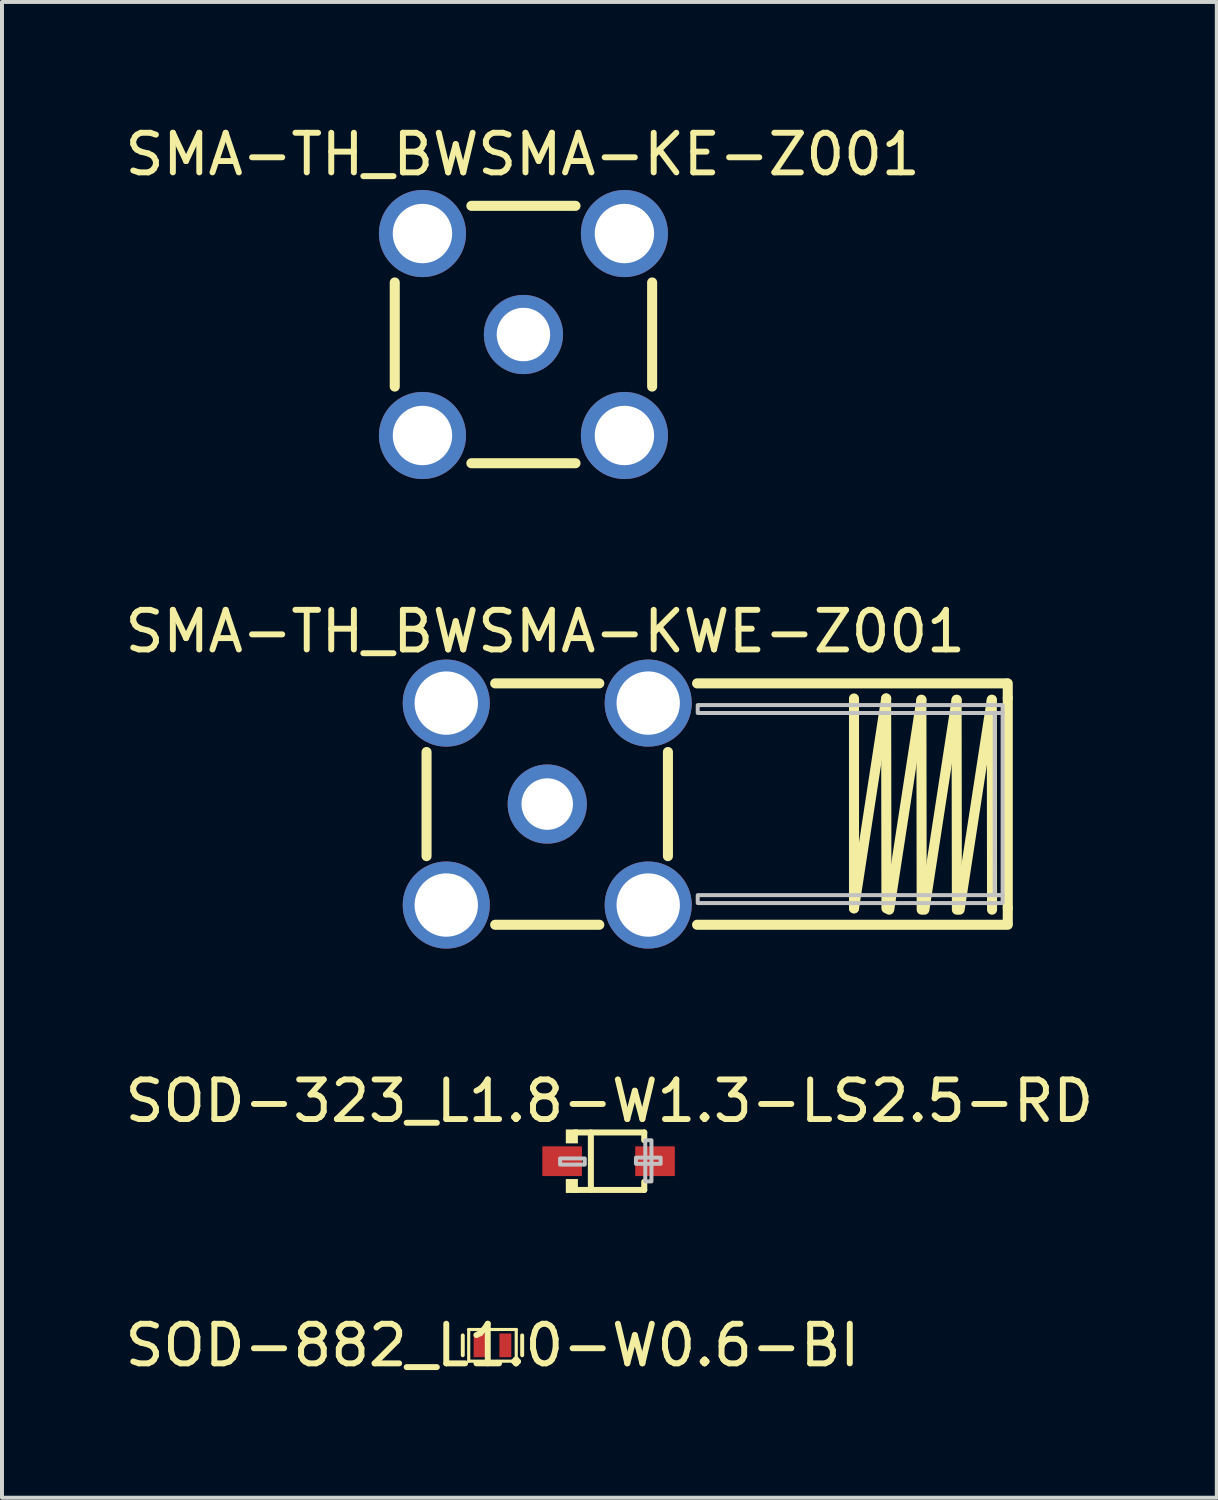
<source format=kicad_pcb>
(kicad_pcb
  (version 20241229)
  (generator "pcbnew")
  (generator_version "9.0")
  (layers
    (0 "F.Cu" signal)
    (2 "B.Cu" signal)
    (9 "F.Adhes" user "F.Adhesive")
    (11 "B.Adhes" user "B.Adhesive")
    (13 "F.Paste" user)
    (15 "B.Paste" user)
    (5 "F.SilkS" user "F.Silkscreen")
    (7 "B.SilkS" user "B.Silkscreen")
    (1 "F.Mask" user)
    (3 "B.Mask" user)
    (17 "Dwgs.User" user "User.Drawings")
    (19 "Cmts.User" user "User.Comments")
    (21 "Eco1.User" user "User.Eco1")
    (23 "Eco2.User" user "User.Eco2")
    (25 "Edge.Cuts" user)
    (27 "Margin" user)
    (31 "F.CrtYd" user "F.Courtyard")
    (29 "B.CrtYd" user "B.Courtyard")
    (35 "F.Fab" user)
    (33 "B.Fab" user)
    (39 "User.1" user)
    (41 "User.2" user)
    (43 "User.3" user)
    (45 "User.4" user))
  (footprint "SOD-882_L1.0-W0.6-BI"
    (layer "F.Cu")
    (at 9.387 30.925)
    (property "Reference" "SOD-882_L1.0-W0.6-BI" (at 0 0 0) (layer "F.SilkS") (effects (font (size 1 1) (thickness 0.15))))
    (fp_line (start -0.75 0.25) (end -0.75 -0.25) (stroke (width 0.1) (type default)) (layer "F.SilkS"))
    (fp_line (start -0.6 -0.4) (end 0.6 -0.4) (stroke (width 0.08) (type default)) (layer "F.SilkS"))
    (fp_line (start -0.6 0.4) (end -0.6 -0.4) (stroke (width 0.08) (type default)) (layer "F.SilkS"))
    (fp_line (start 0.6 -0.4) (end 0.6 0.4) (stroke (width 0.08) (type default)) (layer "F.SilkS"))
    (fp_line (start 0.6 0.4) (end -0.6 0.4) (stroke (width 0.08) (type default)) (layer "F.SilkS"))
    (fp_line (start 0.75 -0.25) (end 0.75 0.25) (stroke (width 0.1) (type default)) (layer "F.SilkS"))
    (fp_poly (pts (xy -0.45 -0.25) (xy -0.2 -0.25) (xy -0.2 0.25) (xy -0.45 0.25)) (stroke (width 0.1) (type default)) (fill no) (layer "User.1"))
    (fp_poly (pts (xy 0.2 -0.25) (xy 0.45 -0.25) (xy 0.45 0.25) (xy 0.2 0.25)) (stroke (width 0.1) (type default)) (fill no) (layer "User.1"))
    (fp_line (start -0.5 -0.3) (end 0.5 -0.3) (stroke (width 0.051) (type default)) (layer "User.2"))
    (fp_line (start -0.5 0.3) (end -0.5 -0.3) (stroke (width 0.051) (type default)) (layer "User.2"))
    (fp_line (start 0.5 -0.3) (end 0.5 0.3) (stroke (width 0.051) (type default)) (layer "User.2"))
    (fp_line (start 0.5 0.3) (end -0.5 0.3) (stroke (width 0.051) (type default)) (layer "User.2"))
    (fp_poly (pts (xy -0.44 0.3) (xy -0.458 0.258) (xy -0.5 0.24) (xy -0.542 0.258) (xy -0.56 0.3) (xy -0.542 0.342) (xy -0.5 0.36) (xy -0.458 0.342)) (stroke (width 0.1) (type default)) (fill no) (layer "User.3"))
    (pad "1" smd rect (at -0.325 0) (size 0.3 0.6) (layers "F.Cu" "F.Mask" "F.Paste"))
    (pad "2" smd rect (at 0.325 0) (size 0.3 0.6) (layers "F.Cu" "F.Mask" "F.Paste")))
  (footprint "SMA-TH_BWSMA-KWE-Z001"
    (layer "F.Cu")
    (at 10.77 17.256)
    (property "Reference" "SMA-TH_BWSMA-KWE-Z001" (at -0.05 -4.36 0) (layer "F.SilkS") (effects (font (size 1 1) (thickness 0.15))))
    (fp_line (start -3.048 -1.315) (end -3.048 1.315) (stroke (width 0.254) (type default)) (layer "F.SilkS"))
    (fp_line (start -1.315 3.048) (end 1.315 3.048) (stroke (width 0.254) (type default)) (layer "F.SilkS"))
    (fp_line (start 1.315 -3.048) (end -1.315 -3.048) (stroke (width 0.254) (type default)) (layer "F.SilkS"))
    (fp_line (start 3.048 1.315) (end 3.048 -1.315) (stroke (width 0.254) (type default)) (layer "F.SilkS"))
    (fp_line (start 3.784 -3.048) (end 11.6 -3.048) (stroke (width 0.254) (type default)) (layer "F.SilkS"))
    (fp_line (start 3.784 3.048) (end 11.63 3.048) (stroke (width 0.254) (type default)) (layer "F.SilkS"))
    (fp_line (start 7.747 -2.667) (end 7.747 2.633) (stroke (width 0.254) (type default)) (layer "F.SilkS"))
    (fp_line (start 7.747 2.633) (end 8.559 -2.667) (stroke (width 0.254) (type default)) (layer "F.SilkS"))
    (fp_line (start 8.559 -2.667) (end 8.566 2.633) (stroke (width 0.254) (type default)) (layer "F.SilkS"))
    (fp_line (start 8.636 2.667) (end 9.449 -2.633) (stroke (width 0.254) (type default)) (layer "F.SilkS"))
    (fp_line (start 9.449 -2.633) (end 9.456 2.667) (stroke (width 0.254) (type default)) (layer "F.SilkS"))
    (fp_line (start 9.525 2.667) (end 10.338 -2.633) (stroke (width 0.254) (type default)) (layer "F.SilkS"))
    (fp_line (start 10.338 -2.633) (end 10.345 2.667) (stroke (width 0.254) (type default)) (layer "F.SilkS"))
    (fp_line (start 10.414 2.667) (end 11.227 -2.633) (stroke (width 0.254) (type default)) (layer "F.SilkS"))
    (fp_line (start 11.227 -2.633) (end 11.233 2.667) (stroke (width 0.254) (type default)) (layer "F.SilkS"))
    (fp_line (start 11.63 -2.68) (end 11.63 -3.048) (stroke (width 0.254) (type default)) (layer "F.SilkS"))
    (fp_line (start 11.63 -2.68) (end 11.63 2.62) (stroke (width 0.254) (type default)) (layer "F.SilkS"))
    (fp_line (start 11.63 2.62) (end 11.63 3) (stroke (width 0.254) (type default)) (layer "F.SilkS"))
    (fp_poly (pts (xy 3.8 -2.5) (xy 11.5 -2.5) (xy 11.5 -2.3) (xy 3.8 -2.3)) (stroke (width 0.1) (type default)) (fill no) (layer "Dwgs.User"))
    (fp_poly (pts (xy 3.8 2.5) (xy 11.5 2.5) (xy 11.5 2.3) (xy 3.8 2.3)) (stroke (width 0.1) (type default)) (fill no) (layer "Dwgs.User"))
    (fp_poly (pts (xy 11.5 -2.3) (xy 11.5 2.3) (xy 11.3 2.3) (xy 11.3 -2.3)) (stroke (width 0.1) (type default)) (fill no) (layer "Dwgs.User"))
    (fp_poly (pts (xy -3 -3) (xy -2.1 -3) (xy -2.1 -2.1) (xy -3 -2.1)) (stroke (width 0.1) (type default)) (fill no) (layer "User.1"))
    (fp_poly (pts (xy -3 2.1) (xy -2.1 2.1) (xy -2.1 3) (xy -3 3)) (stroke (width 0.1) (type default)) (fill no) (layer "User.1"))
    (fp_poly (pts (xy 2.1 -3) (xy 3 -3) (xy 3 -2.1) (xy 2.1 -2.1)) (stroke (width 0.1) (type default)) (fill no) (layer "User.1"))
    (fp_poly (pts (xy 2.1 2.1) (xy 3 2.1) (xy 3 3) (xy 2.1 3)) (stroke (width 0.1) (type default)) (fill no) (layer "User.1"))
    (fp_poly (pts (xy 0.45 0) (xy 0.432 -0.127) (xy 0.379 -0.243) (xy 0.295 -0.34) (xy 0.187 -0.409) (xy 0.064 -0.445) (xy -0.064 -0.445) (xy -0.187 -0.409) (xy -0.295 -0.34) (xy -0.379 -0.243) (xy -0.432 -0.127) (xy -0.45 0) (xy -0.432 0.127) (xy -0.379 0.243) (xy -0.295 0.34) (xy -0.187 0.409) (xy -0.064 0.445) (xy 0.064 0.445) (xy 0.187 0.409) (xy 0.295 0.34) (xy 0.379 0.243) (xy 0.432 0.127)) (stroke (width 0.1) (type default)) (fill no) (layer "User.1"))
    (fp_line (start -2.941 2.538) (end -2.932 -2.995) (stroke (width 0.051) (type default)) (layer "User.2"))
    (fp_line (start -2.941 3.017) (end -2.941 2.538) (stroke (width 0.051) (type default)) (layer "User.2"))
    (fp_line (start -2.932 -2.995) (end 11.591 -2.995) (stroke (width 0.051) (type default)) (layer "User.2"))
    (fp_line (start 11.591 -2.995) (end 11.591 3.017) (stroke (width 0.051) (type default)) (layer "User.2"))
    (fp_line (start 11.591 3.017) (end -2.941 3.017) (stroke (width 0.051) (type default)) (layer "User.2"))
    (fp_poly (pts (xy -2.94 3.017) (xy -2.958 2.975) (xy -3 2.957) (xy -3.042 2.975) (xy -3.06 3.017) (xy -3.042 3.059) (xy -3 3.077) (xy -2.958 3.059)) (stroke (width 0.1) (type default)) (fill no) (layer "User.3"))
    (pad "1" thru_hole circle (at -2.55 2.55) (size 2.2 2.2) (drill 1.6) (layers "*.Cu" "*.Mask"))
    (pad "2" thru_hole circle (at -2.55 -2.55) (size 2.2 2.2) (drill 1.6) (layers "*.Cu" "*.Mask"))
    (pad "3" thru_hole circle (at 2.55 -2.55) (size 2.2 2.2) (drill 1.6) (layers "*.Cu" "*.Mask"))
    (pad "4" thru_hole circle (at 2.55 2.55) (size 2.2 2.2) (drill 1.6) (layers "*.Cu" "*.Mask"))
    (pad "5" thru_hole circle (at 0 0) (size 2 2) (drill 1.3) (layers "*.Cu" "*.Mask")))
  (footprint "SOD-323_L1.8-W1.3-LS2.5-RD"
    (layer "F.Cu")
    (at 12.319 26.275)
    (property "Reference" "SOD-323_L1.8-W1.3-LS2.5-RD" (at 0.02 -1.52 0) (layer "F.SilkS") (effects (font (size 1 1) (thickness 0.15))))
    (fp_line (start -0.851 -0.726) (end 0.901 -0.726) (stroke (width 0.152) (type default)) (layer "F.SilkS"))
    (fp_line (start -0.851 0.726) (end 0.901 0.726) (stroke (width 0.152) (type default)) (layer "F.SilkS"))
    (fp_line (start -0.447 -0.726) (end -0.447 0.726) (stroke (width 0.152) (type default)) (layer "F.SilkS"))
    (fp_line (start 0.901 -0.726) (end 0.901 -0.53) (stroke (width 0.152) (type default)) (layer "F.SilkS"))
    (fp_line (start 0.901 0.726) (end 0.901 0.52) (stroke (width 0.152) (type default)) (layer "F.SilkS"))
    (fp_poly (pts (xy -0.775 -0.802) (xy -0.775 -0.45) (xy -1.08 -0.45) (xy -1.08 -0.802)) (stroke (width 0) (type default)) (fill yes) (layer "F.SilkS"))
    (fp_poly (pts (xy -0.775 0.802) (xy -0.775 0.45) (xy -1.08 0.45) (xy -1.08 0.802)) (stroke (width 0) (type default)) (fill yes) (layer "F.SilkS"))
    (fp_poly (pts (xy -1.225 -0.07) (xy -1.225 0.086) (xy -0.601 0.086) (xy -0.601 -0.07)) (stroke (width 0.1) (type default)) (fill no) (layer "Dwgs.User"))
    (fp_poly (pts (xy 1.083 -0.53) (xy 1.083 0.51) (xy 0.927 0.51) (xy 0.927 -0.53)) (stroke (width 0.1) (type default)) (fill no) (layer "Dwgs.User"))
    (fp_poly (pts (xy 1.315 -0.09) (xy 1.315 0.066) (xy 0.691 0.066) (xy 0.691 -0.09)) (stroke (width 0.1) (type default)) (fill no) (layer "Dwgs.User"))
    (fp_poly (pts (xy -0.925 -0.16) (xy -0.925 0.16) (xy -1.225 0.16) (xy -1.225 -0.16)) (stroke (width 0.1) (type default)) (fill no) (layer "User.1"))
    (fp_poly (pts (xy -0.815 -0.16) (xy -0.815 0.16) (xy -0.935 0.16) (xy -0.935 -0.16)) (stroke (width 0.1) (type default)) (fill no) (layer "User.1"))
    (fp_poly (pts (xy 0.985 -0.16) (xy 0.985 0.16) (xy 0.865 0.16) (xy 0.865 -0.16)) (stroke (width 0.1) (type default)) (fill no) (layer "User.1"))
    (fp_poly (pts (xy 1.275 -0.16) (xy 1.275 0.16) (xy 0.975 0.16) (xy 0.975 -0.16)) (stroke (width 0.1) (type default)) (fill no) (layer "User.1"))
    (fp_line (start -0.825 -0.65) (end 0.875 -0.65) (stroke (width 0.051) (type default)) (layer "User.2"))
    (fp_line (start -0.825 0.65) (end -0.825 -0.65) (stroke (width 0.051) (type default)) (layer "User.2"))
    (fp_line (start 0.875 -0.65) (end 0.875 0.65) (stroke (width 0.051) (type default)) (layer "User.2"))
    (fp_line (start 0.875 0.65) (end -0.825 0.65) (stroke (width 0.051) (type default)) (layer "User.2"))
    (fp_poly (pts (xy -1.165 0.65) (xy -1.183 0.608) (xy -1.225 0.59) (xy -1.267 0.608) (xy -1.285 0.65) (xy -1.267 0.692) (xy -1.225 0.71) (xy -1.183 0.692)) (stroke (width 0.1) (type default)) (fill no) (layer "User.3"))
    (pad "1" smd rect (at -1.173 0) (size 1 0.75) (layers "F.Cu" "F.Mask" "F.Paste"))
    (pad "2" smd rect (at 1.173 0) (size 1 0.75) (layers "F.Cu" "F.Mask" "F.Paste")))
  (footprint "SMA-TH_BWSMA-KE-Z001"
    (layer "F.Cu")
    (at 10.169 5.398)
    (property "Reference" "SMA-TH_BWSMA-KE-Z001" (at -0.02 -4.55 0) (layer "F.SilkS") (effects (font (size 1 1) (thickness 0.15))))
    (fp_line (start -3.25 -1.315) (end -3.25 1.315) (stroke (width 0.254) (type default)) (layer "F.SilkS"))
    (fp_line (start -1.315 3.25) (end 1.315 3.25) (stroke (width 0.254) (type default)) (layer "F.SilkS"))
    (fp_line (start 1.315 -3.25) (end -1.315 -3.25) (stroke (width 0.254) (type default)) (layer "F.SilkS"))
    (fp_line (start 3.25 1.315) (end 3.25 -1.315) (stroke (width 0.254) (type default)) (layer "F.SilkS"))
    (fp_poly (pts (xy -3 -3) (xy -2.1 -3) (xy -2.1 -2.1) (xy -3 -2.1)) (stroke (width 0.1) (type default)) (fill no) (layer "User.1"))
    (fp_poly (pts (xy -3 2.1) (xy -2.1 2.1) (xy -2.1 3) (xy -3 3)) (stroke (width 0.1) (type default)) (fill no) (layer "User.1"))
    (fp_poly (pts (xy 2.1 -3) (xy 3 -3) (xy 3 -2.1) (xy 2.1 -2.1)) (stroke (width 0.1) (type default)) (fill no) (layer "User.1"))
    (fp_poly (pts (xy 2.1 2.1) (xy 3 2.1) (xy 3 3) (xy 2.1 3)) (stroke (width 0.1) (type default)) (fill no) (layer "User.1"))
    (fp_poly (pts (xy 0.425 0) (xy 0.404 -0.131) (xy 0.344 -0.25) (xy 0.25 -0.344) (xy 0.131 -0.404) (xy 0 -0.425) (xy -0.131 -0.404) (xy -0.25 -0.344) (xy -0.344 -0.25) (xy -0.404 -0.131) (xy -0.425 0) (xy -0.404 0.131) (xy -0.344 0.25) (xy -0.25 0.344) (xy -0.131 0.404) (xy 0 0.425) (xy 0.131 0.404) (xy 0.25 0.344) (xy 0.344 0.25) (xy 0.404 0.131)) (stroke (width 0.1) (type default)) (fill no) (layer "User.1"))
    (fp_line (start -3.25 -3.25) (end 3.25 -3.25) (stroke (width 0.051) (type default)) (layer "User.2"))
    (fp_line (start -3.25 3.25) (end -3.25 -3.25) (stroke (width 0.051) (type default)) (layer "User.2"))
    (fp_line (start 3.25 -3.25) (end 3.25 3.25) (stroke (width 0.051) (type default)) (layer "User.2"))
    (fp_line (start 3.25 3.25) (end -3.25 3.25) (stroke (width 0.051) (type default)) (layer "User.2"))
    (fp_poly (pts (xy -3.19 3.25) (xy -3.208 3.208) (xy -3.25 3.19) (xy -3.292 3.208) (xy -3.31 3.25) (xy -3.292 3.292) (xy -3.25 3.31) (xy -3.208 3.292)) (stroke (width 0.1) (type default)) (fill no) (layer "User.3"))
    (pad "1" thru_hole circle (at -2.55 2.55) (size 2.2 2.2) (drill 1.5) (layers "*.Cu" "*.Mask"))
    (pad "2" thru_hole circle (at -2.55 -2.55) (size 2.2 2.2) (drill 1.5) (layers "*.Cu" "*.Mask"))
    (pad "3" thru_hole circle (at 2.55 -2.55) (size 2.2 2.2) (drill 1.5) (layers "*.Cu" "*.Mask"))
    (pad "4" thru_hole circle (at 2.55 2.55) (size 2.2 2.2) (drill 1.5) (layers "*.Cu" "*.Mask"))
    (pad "5" thru_hole circle (at 0 0) (size 2 2) (drill 1.35) (layers "*.Cu" "*.Mask")))
  (gr_rect
    (start -3 -3)
    (end 27.679 34.774)
    (stroke (width 0.1) (type default))
    (fill no)
    (layer "Edge.Cuts")))
</source>
